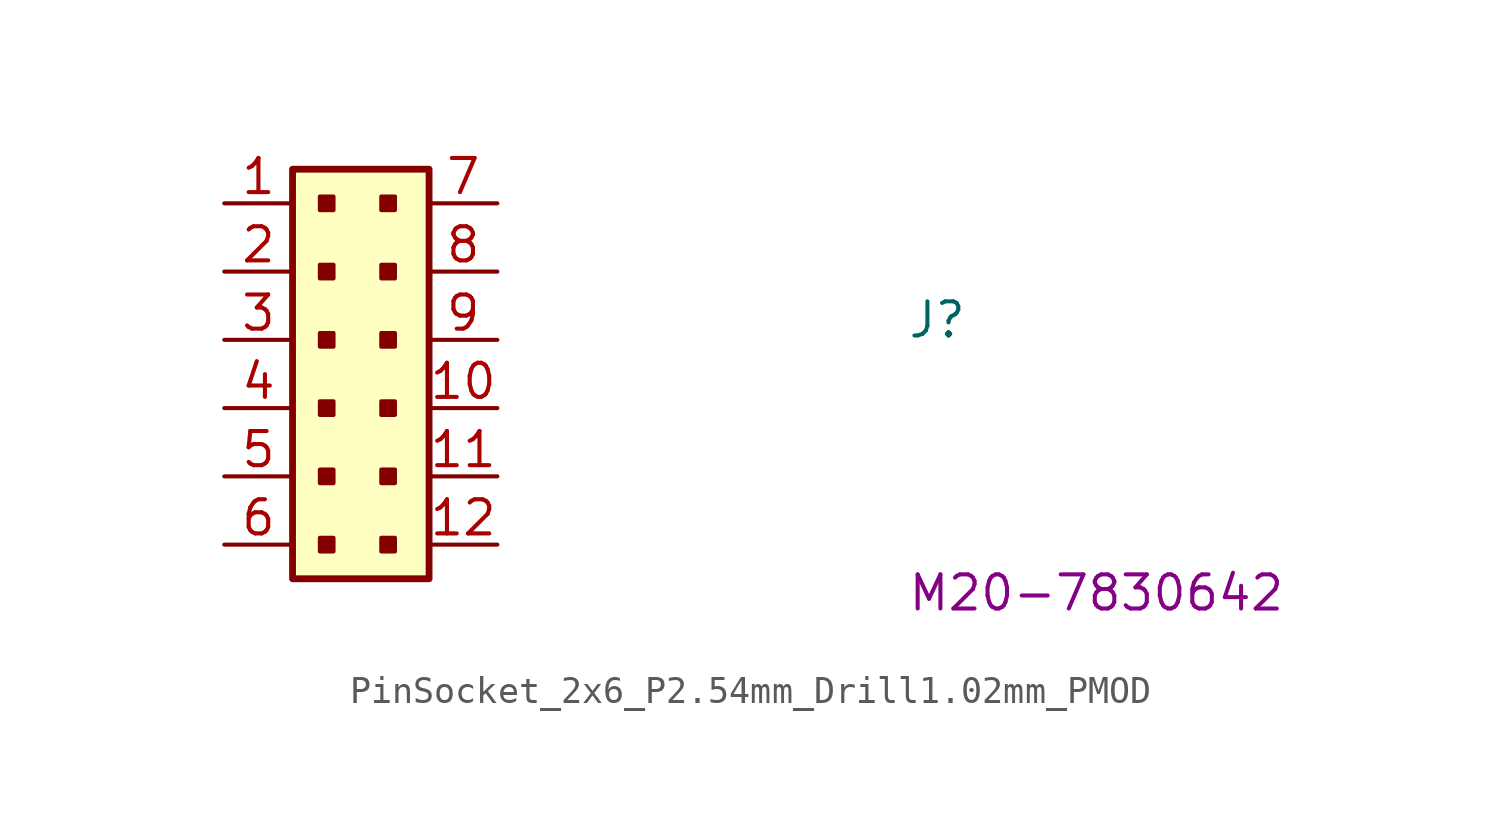
<source format=kicad_sym>
(kicad_symbol_lib
  (version 20220914)
  (generator kicad_symbol_editor)
  (symbol "PinSocket_2x6_P2.54mm_Drill1.02mm_PMOD"
    (property "Reference" "J"
      (at 25.4 -5.08 0)
      (effects (font (size 1.27 1.27) (thickness 0.15)) (justify left bottom)))
    (property "MPN" "M20-7830642"
      (at 25.4 -15.24 0)
      (effects (font (size 1.27 1.27) (thickness 0.15)) (justify left bottom)))
    (symbol "PinSocket_2x6_P2.54mm_Drill1.02mm_PMOD_0_1"
      (rectangle (start 3.556 -12.446) (end 4.064 -12.954) (stroke (width 0) (type default)) (fill (type outline)))
      (rectangle (start 3.556 -9.906) (end 4.064 -10.414) (stroke (width 0) (type default)) (fill (type outline)))
      (rectangle (start 3.556 -7.366) (end 4.064 -7.874) (stroke (width 0) (type default)) (fill (type outline)))
      (rectangle (start 3.556 -4.826) (end 4.064 -5.334) (stroke (width 0) (type default)) (fill (type outline)))
      (rectangle (start 3.556 -2.286) (end 4.064 -2.794) (stroke (width 0) (type default)) (fill (type outline)))
      (rectangle (start 3.556 0.254) (end 4.064 -0.254) (stroke (width 0) (type default)) (fill (type outline)))
      (rectangle (start 5.842 -12.446) (end 6.35 -12.954) (stroke (width 0) (type default)) (fill (type outline)))
      (rectangle (start 5.842 -9.906) (end 6.35 -10.414) (stroke (width 0) (type default)) (fill (type outline)))
      (rectangle (start 5.842 -7.366) (end 6.35 -7.874) (stroke (width 0) (type default)) (fill (type outline)))
      (rectangle (start 5.842 -4.826) (end 6.35 -5.334) (stroke (width 0) (type default)) (fill (type outline)))
      (rectangle (start 5.842 -2.286) (end 6.35 -2.794) (stroke (width 0) (type default)) (fill (type outline)))
      (rectangle (start 5.842 0.254) (end 6.35 -0.254) (stroke (width 0) (type default)) (fill (type outline))))
    (symbol "PinSocket_2x6_P2.54mm_Drill1.02mm_PMOD_1_1"
      (rectangle (start 2.54 1.27) (end 7.62 -13.97) (stroke (width 0.254) (type default)) (fill (type background)))
      (pin passive line (at 0 0 0) (length 2.54) (name "~" (effects (font (size 1.27 1.27)))) (number "1" (effects (font (size 1.27 1.27)))))
      (pin passive line (at 10.16 -7.62 180) (length 2.54) (name "~" (effects (font (size 1.27 1.27)))) (number "10" (effects (font (size 1.27 1.27)))))
      (pin passive line (at 10.16 -10.16 180) (length 2.54) (name "~" (effects (font (size 1.27 1.27)))) (number "11" (effects (font (size 1.27 1.27)))))
      (pin passive line (at 10.16 -12.7 180) (length 2.54) (name "~" (effects (font (size 1.27 1.27)))) (number "12" (effects (font (size 1.27 1.27)))))
      (pin passive line (at 0 -2.54 0) (length 2.54) (name "~" (effects (font (size 1.27 1.27)))) (number "2" (effects (font (size 1.27 1.27)))))
      (pin passive line (at 0 -5.08 0) (length 2.54) (name "~" (effects (font (size 1.27 1.27)))) (number "3" (effects (font (size 1.27 1.27)))))
      (pin passive line (at 0 -7.62 0) (length 2.54) (name "~" (effects (font (size 1.27 1.27)))) (number "4" (effects (font (size 1.27 1.27)))))
      (pin passive line (at 0 -10.16 0) (length 2.54) (name "~" (effects (font (size 1.27 1.27)))) (number "5" (effects (font (size 1.27 1.27)))))
      (pin passive line (at 0 -12.7 0) (length 2.54) (name "~" (effects (font (size 1.27 1.27)))) (number "6" (effects (font (size 1.27 1.27)))))
      (pin passive line (at 10.16 0 180) (length 2.54) (name "~" (effects (font (size 1.27 1.27)))) (number "7" (effects (font (size 1.27 1.27)))))
      (pin passive line (at 10.16 -2.54 180) (length 2.54) (name "~" (effects (font (size 1.27 1.27)))) (number "8" (effects (font (size 1.27 1.27)))))
      (pin passive line (at 10.16 -5.08 180) (length 2.54) (name "~" (effects (font (size 1.27 1.27)))) (number "9" (effects (font (size 1.27 1.27))))))))
</source>
